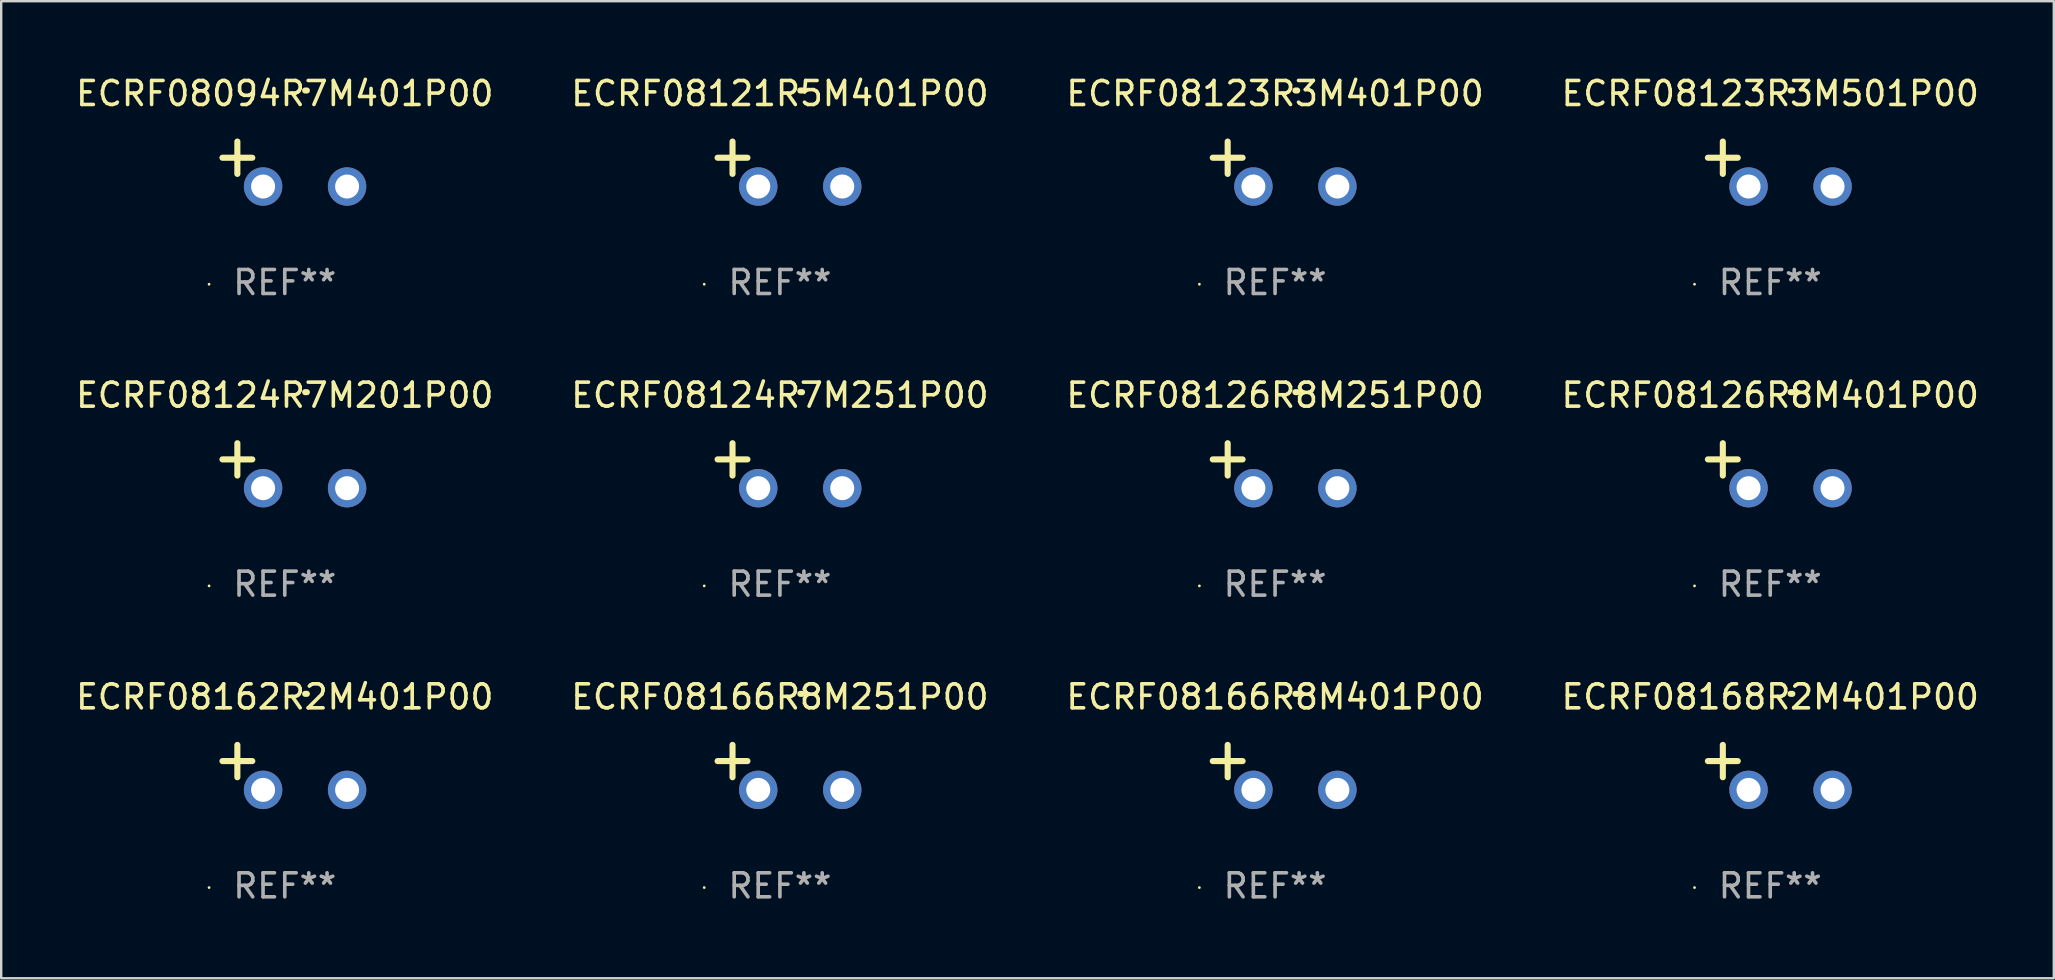
<source format=kicad_pcb>
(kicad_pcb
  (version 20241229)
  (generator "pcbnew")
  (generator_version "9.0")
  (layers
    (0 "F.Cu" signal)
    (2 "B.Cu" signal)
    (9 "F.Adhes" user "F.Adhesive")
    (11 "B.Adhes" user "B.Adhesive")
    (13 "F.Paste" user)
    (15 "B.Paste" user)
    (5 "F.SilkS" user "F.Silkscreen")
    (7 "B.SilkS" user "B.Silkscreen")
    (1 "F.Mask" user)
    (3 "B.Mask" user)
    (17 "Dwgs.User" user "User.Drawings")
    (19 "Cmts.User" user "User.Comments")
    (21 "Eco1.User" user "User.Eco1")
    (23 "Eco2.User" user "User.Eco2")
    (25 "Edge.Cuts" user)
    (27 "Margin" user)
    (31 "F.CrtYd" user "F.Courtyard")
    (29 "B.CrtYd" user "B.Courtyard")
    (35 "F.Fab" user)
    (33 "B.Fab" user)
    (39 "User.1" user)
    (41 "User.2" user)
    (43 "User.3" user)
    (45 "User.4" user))
  (footprint "ECRF08123R3M401P00"
    (layer "F.Cu")
    (at 50.077 3.785)
    (property "Reference" "ECRF08123R3M401P00" (at 0 -2.937 0) (layer "F.SilkS") (effects (font (size 1 1) (thickness 0.15))))
    (attr through_hole)
    (fp_line (start -1.975 0.41) (end -1.975 -0.937) (stroke (width 0.254) (type solid)) (layer "F.SilkS"))
    (fp_line (start -1.353 -0.263) (end -2.597 -0.263) (stroke (width 0.254) (type solid)) (layer "F.SilkS"))
    (fp_arc (start 0.849809 -3.063957) (mid 0.885369 -3.064114) (end 0.920929 -3.063957) (stroke (width 0.254001) (type solid)) (layer "F.SilkS"))
    (fp_circle (center -3.154 5.008) (end -3.124 5.008) (stroke (width 0.06) (type solid)) (fill no) (layer "F.SilkS"))
    (fp_text user "REF**" (at 0 4.937 0) (layer "F.Fab") (effects (font (size 1 1) (thickness 0.15))))
    (pad "1" thru_hole circle (at -0.903 0.937) (size 1.6 1.6) (drill 1) (layers "*.Cu" "*.Mask"))
    (pad "2" thru_hole circle (at 2.597 0.937) (size 1.6 1.6) (drill 1) (layers "*.Cu" "*.Mask")))
  (footprint "ECRF08094R7M401P00"
    (layer "F.Cu")
    (at 8.815 3.785)
    (property "Reference" "ECRF08094R7M401P00" (at 0 -2.937 0) (layer "F.SilkS") (effects (font (size 1 1) (thickness 0.15))))
    (attr through_hole)
    (fp_line (start -1.975 0.41) (end -1.975 -0.937) (stroke (width 0.254) (type solid)) (layer "F.SilkS"))
    (fp_line (start -1.353 -0.263) (end -2.597 -0.263) (stroke (width 0.254) (type solid)) (layer "F.SilkS"))
    (fp_arc (start 0.849809 -3.063957) (mid 0.885369 -3.064114) (end 0.920929 -3.063957) (stroke (width 0.254001) (type solid)) (layer "F.SilkS"))
    (fp_circle (center -3.154 5.008) (end -3.124 5.008) (stroke (width 0.06) (type solid)) (fill no) (layer "F.SilkS"))
    (fp_text user "REF**" (at 0 4.937 0) (layer "F.Fab") (effects (font (size 1 1) (thickness 0.15))))
    (pad "1" thru_hole circle (at -0.903 0.937) (size 1.6 1.6) (drill 1) (layers "*.Cu" "*.Mask"))
    (pad "2" thru_hole circle (at 2.597 0.937) (size 1.6 1.6) (drill 1) (layers "*.Cu" "*.Mask")))
  (footprint "ECRF08121R5M401P00"
    (layer "F.Cu")
    (at 29.446 3.785)
    (property "Reference" "ECRF08121R5M401P00" (at 0 -2.937 0) (layer "F.SilkS") (effects (font (size 1 1) (thickness 0.15))))
    (attr through_hole)
    (fp_line (start -1.975 0.41) (end -1.975 -0.937) (stroke (width 0.254) (type solid)) (layer "F.SilkS"))
    (fp_line (start -1.353 -0.263) (end -2.597 -0.263) (stroke (width 0.254) (type solid)) (layer "F.SilkS"))
    (fp_arc (start 0.849809 -3.063957) (mid 0.885369 -3.064114) (end 0.920929 -3.063957) (stroke (width 0.254001) (type solid)) (layer "F.SilkS"))
    (fp_circle (center -3.154 5.008) (end -3.124 5.008) (stroke (width 0.06) (type solid)) (fill no) (layer "F.SilkS"))
    (fp_text user "REF**" (at 0 4.937 0) (layer "F.Fab") (effects (font (size 1 1) (thickness 0.15))))
    (pad "1" thru_hole circle (at -0.903 0.937) (size 1.6 1.6) (drill 1) (layers "*.Cu" "*.Mask"))
    (pad "2" thru_hole circle (at 2.597 0.937) (size 1.6 1.6) (drill 1) (layers "*.Cu" "*.Mask")))
  (footprint "ECRF08123R3M501P00"
    (layer "F.Cu")
    (at 70.708 3.785)
    (property "Reference" "ECRF08123R3M501P00" (at 0 -2.937 0) (layer "F.SilkS") (effects (font (size 1 1) (thickness 0.15))))
    (attr through_hole)
    (fp_line (start -1.975 0.41) (end -1.975 -0.937) (stroke (width 0.254) (type solid)) (layer "F.SilkS"))
    (fp_line (start -1.353 -0.263) (end -2.597 -0.263) (stroke (width 0.254) (type solid)) (layer "F.SilkS"))
    (fp_arc (start 0.849809 -3.063957) (mid 0.885369 -3.064114) (end 0.920929 -3.063957) (stroke (width 0.254001) (type solid)) (layer "F.SilkS"))
    (fp_circle (center -3.154 5.008) (end -3.124 5.008) (stroke (width 0.06) (type solid)) (fill no) (layer "F.SilkS"))
    (fp_text user "REF**" (at 0 4.937 0) (layer "F.Fab") (effects (font (size 1 1) (thickness 0.15))))
    (pad "1" thru_hole circle (at -0.903 0.937) (size 1.6 1.6) (drill 1) (layers "*.Cu" "*.Mask"))
    (pad "2" thru_hole circle (at 2.597 0.937) (size 1.6 1.6) (drill 1) (layers "*.Cu" "*.Mask")))
  (footprint "ECRF08162R2M401P00"
    (layer "F.Cu")
    (at 8.815 28.924)
    (property "Reference" "ECRF08162R2M401P00" (at 0 -2.937 0) (layer "F.SilkS") (effects (font (size 1 1) (thickness 0.15))))
    (attr through_hole)
    (fp_line (start -1.975 0.41) (end -1.975 -0.937) (stroke (width 0.254) (type solid)) (layer "F.SilkS"))
    (fp_line (start -1.353 -0.263) (end -2.597 -0.263) (stroke (width 0.254) (type solid)) (layer "F.SilkS"))
    (fp_arc (start 0.849809 -3.063957) (mid 0.885369 -3.064114) (end 0.920929 -3.063957) (stroke (width 0.254001) (type solid)) (layer "F.SilkS"))
    (fp_circle (center -3.154 5.008) (end -3.124 5.008) (stroke (width 0.06) (type solid)) (fill no) (layer "F.SilkS"))
    (fp_text user "REF**" (at 0 4.937 0) (layer "F.Fab") (effects (font (size 1 1) (thickness 0.15))))
    (pad "1" thru_hole circle (at -0.903 0.937) (size 1.6 1.6) (drill 1) (layers "*.Cu" "*.Mask"))
    (pad "2" thru_hole circle (at 2.597 0.937) (size 1.6 1.6) (drill 1) (layers "*.Cu" "*.Mask")))
  (footprint "ECRF08126R8M251P00"
    (layer "F.Cu")
    (at 50.077 16.354)
    (property "Reference" "ECRF08126R8M251P00" (at 0 -2.937 0) (layer "F.SilkS") (effects (font (size 1 1) (thickness 0.15))))
    (attr through_hole)
    (fp_line (start -1.975 0.41) (end -1.975 -0.937) (stroke (width 0.254) (type solid)) (layer "F.SilkS"))
    (fp_line (start -1.353 -0.263) (end -2.597 -0.263) (stroke (width 0.254) (type solid)) (layer "F.SilkS"))
    (fp_arc (start 0.849809 -3.063957) (mid 0.885369 -3.064114) (end 0.920929 -3.063957) (stroke (width 0.254001) (type solid)) (layer "F.SilkS"))
    (fp_circle (center -3.154 5.008) (end -3.124 5.008) (stroke (width 0.06) (type solid)) (fill no) (layer "F.SilkS"))
    (fp_text user "REF**" (at 0 4.937 0) (layer "F.Fab") (effects (font (size 1 1) (thickness 0.15))))
    (pad "1" thru_hole circle (at -0.903 0.937) (size 1.6 1.6) (drill 1) (layers "*.Cu" "*.Mask"))
    (pad "2" thru_hole circle (at 2.597 0.937) (size 1.6 1.6) (drill 1) (layers "*.Cu" "*.Mask")))
  (footprint "ECRF08166R8M401P00"
    (layer "F.Cu")
    (at 50.077 28.924)
    (property "Reference" "ECRF08166R8M401P00" (at 0 -2.937 0) (layer "F.SilkS") (effects (font (size 1 1) (thickness 0.15))))
    (attr through_hole)
    (fp_line (start -1.975 0.41) (end -1.975 -0.937) (stroke (width 0.254) (type solid)) (layer "F.SilkS"))
    (fp_line (start -1.353 -0.263) (end -2.597 -0.263) (stroke (width 0.254) (type solid)) (layer "F.SilkS"))
    (fp_arc (start 0.849809 -3.063957) (mid 0.885369 -3.064114) (end 0.920929 -3.063957) (stroke (width 0.254001) (type solid)) (layer "F.SilkS"))
    (fp_circle (center -3.154 5.008) (end -3.124 5.008) (stroke (width 0.06) (type solid)) (fill no) (layer "F.SilkS"))
    (fp_text user "REF**" (at 0 4.937 0) (layer "F.Fab") (effects (font (size 1 1) (thickness 0.15))))
    (pad "1" thru_hole circle (at -0.903 0.937) (size 1.6 1.6) (drill 1) (layers "*.Cu" "*.Mask"))
    (pad "2" thru_hole circle (at 2.597 0.937) (size 1.6 1.6) (drill 1) (layers "*.Cu" "*.Mask")))
  (footprint "ECRF08168R2M401P00"
    (layer "F.Cu")
    (at 70.708 28.924)
    (property "Reference" "ECRF08168R2M401P00" (at 0 -2.937 0) (layer "F.SilkS") (effects (font (size 1 1) (thickness 0.15))))
    (attr through_hole)
    (fp_line (start -1.975 0.41) (end -1.975 -0.937) (stroke (width 0.254) (type solid)) (layer "F.SilkS"))
    (fp_line (start -1.353 -0.263) (end -2.597 -0.263) (stroke (width 0.254) (type solid)) (layer "F.SilkS"))
    (fp_arc (start 0.849809 -3.063957) (mid 0.885369 -3.064114) (end 0.920929 -3.063957) (stroke (width 0.254001) (type solid)) (layer "F.SilkS"))
    (fp_circle (center -3.154 5.008) (end -3.124 5.008) (stroke (width 0.06) (type solid)) (fill no) (layer "F.SilkS"))
    (fp_text user "REF**" (at 0 4.937 0) (layer "F.Fab") (effects (font (size 1 1) (thickness 0.15))))
    (pad "1" thru_hole circle (at -0.903 0.937) (size 1.6 1.6) (drill 1) (layers "*.Cu" "*.Mask"))
    (pad "2" thru_hole circle (at 2.597 0.937) (size 1.6 1.6) (drill 1) (layers "*.Cu" "*.Mask")))
  (footprint "ECRF08124R7M201P00"
    (layer "F.Cu")
    (at 8.815 16.354)
    (property "Reference" "ECRF08124R7M201P00" (at 0 -2.937 0) (layer "F.SilkS") (effects (font (size 1 1) (thickness 0.15))))
    (attr through_hole)
    (fp_line (start -1.975 0.41) (end -1.975 -0.937) (stroke (width 0.254) (type solid)) (layer "F.SilkS"))
    (fp_line (start -1.353 -0.263) (end -2.597 -0.263) (stroke (width 0.254) (type solid)) (layer "F.SilkS"))
    (fp_arc (start 0.849809 -3.063957) (mid 0.885369 -3.064114) (end 0.920929 -3.063957) (stroke (width 0.254001) (type solid)) (layer "F.SilkS"))
    (fp_circle (center -3.154 5.008) (end -3.124 5.008) (stroke (width 0.06) (type solid)) (fill no) (layer "F.SilkS"))
    (fp_text user "REF**" (at 0 4.937 0) (layer "F.Fab") (effects (font (size 1 1) (thickness 0.15))))
    (pad "1" thru_hole circle (at -0.903 0.937) (size 1.6 1.6) (drill 1) (layers "*.Cu" "*.Mask"))
    (pad "2" thru_hole circle (at 2.597 0.937) (size 1.6 1.6) (drill 1) (layers "*.Cu" "*.Mask")))
  (footprint "ECRF08166R8M251P00"
    (layer "F.Cu")
    (at 29.446 28.924)
    (property "Reference" "ECRF08166R8M251P00" (at 0 -2.937 0) (layer "F.SilkS") (effects (font (size 1 1) (thickness 0.15))))
    (attr through_hole)
    (fp_line (start -1.975 0.41) (end -1.975 -0.937) (stroke (width 0.254) (type solid)) (layer "F.SilkS"))
    (fp_line (start -1.353 -0.263) (end -2.597 -0.263) (stroke (width 0.254) (type solid)) (layer "F.SilkS"))
    (fp_arc (start 0.849809 -3.063957) (mid 0.885369 -3.064114) (end 0.920929 -3.063957) (stroke (width 0.254001) (type solid)) (layer "F.SilkS"))
    (fp_circle (center -3.154 5.008) (end -3.124 5.008) (stroke (width 0.06) (type solid)) (fill no) (layer "F.SilkS"))
    (fp_text user "REF**" (at 0 4.937 0) (layer "F.Fab") (effects (font (size 1 1) (thickness 0.15))))
    (pad "1" thru_hole circle (at -0.903 0.937) (size 1.6 1.6) (drill 1) (layers "*.Cu" "*.Mask"))
    (pad "2" thru_hole circle (at 2.597 0.937) (size 1.6 1.6) (drill 1) (layers "*.Cu" "*.Mask")))
  (footprint "ECRF08124R7M251P00"
    (layer "F.Cu")
    (at 29.446 16.354)
    (property "Reference" "ECRF08124R7M251P00" (at 0 -2.937 0) (layer "F.SilkS") (effects (font (size 1 1) (thickness 0.15))))
    (attr through_hole)
    (fp_line (start -1.975 0.41) (end -1.975 -0.937) (stroke (width 0.254) (type solid)) (layer "F.SilkS"))
    (fp_line (start -1.353 -0.263) (end -2.597 -0.263) (stroke (width 0.254) (type solid)) (layer "F.SilkS"))
    (fp_arc (start 0.849809 -3.063957) (mid 0.885369 -3.064114) (end 0.920929 -3.063957) (stroke (width 0.254001) (type solid)) (layer "F.SilkS"))
    (fp_circle (center -3.154 5.008) (end -3.124 5.008) (stroke (width 0.06) (type solid)) (fill no) (layer "F.SilkS"))
    (fp_text user "REF**" (at 0 4.937 0) (layer "F.Fab") (effects (font (size 1 1) (thickness 0.15))))
    (pad "1" thru_hole circle (at -0.903 0.937) (size 1.6 1.6) (drill 1) (layers "*.Cu" "*.Mask"))
    (pad "2" thru_hole circle (at 2.597 0.937) (size 1.6 1.6) (drill 1) (layers "*.Cu" "*.Mask")))
  (footprint "ECRF08126R8M401P00"
    (layer "F.Cu")
    (at 70.708 16.354)
    (property "Reference" "ECRF08126R8M401P00" (at 0 -2.937 0) (layer "F.SilkS") (effects (font (size 1 1) (thickness 0.15))))
    (attr through_hole)
    (fp_line (start -1.975 0.41) (end -1.975 -0.937) (stroke (width 0.254) (type solid)) (layer "F.SilkS"))
    (fp_line (start -1.353 -0.263) (end -2.597 -0.263) (stroke (width 0.254) (type solid)) (layer "F.SilkS"))
    (fp_arc (start 0.849809 -3.063957) (mid 0.885369 -3.064114) (end 0.920929 -3.063957) (stroke (width 0.254001) (type solid)) (layer "F.SilkS"))
    (fp_circle (center -3.154 5.008) (end -3.124 5.008) (stroke (width 0.06) (type solid)) (fill no) (layer "F.SilkS"))
    (fp_text user "REF**" (at 0 4.937 0) (layer "F.Fab") (effects (font (size 1 1) (thickness 0.15))))
    (pad "1" thru_hole circle (at -0.903 0.937) (size 1.6 1.6) (drill 1) (layers "*.Cu" "*.Mask"))
    (pad "2" thru_hole circle (at 2.597 0.937) (size 1.6 1.6) (drill 1) (layers "*.Cu" "*.Mask")))
  (gr_rect
    (start -3 -3)
    (end 82.524 37.709)
    (stroke (width 0.1) (type default))
    (fill no)
    (layer "Edge.Cuts")))
</source>
